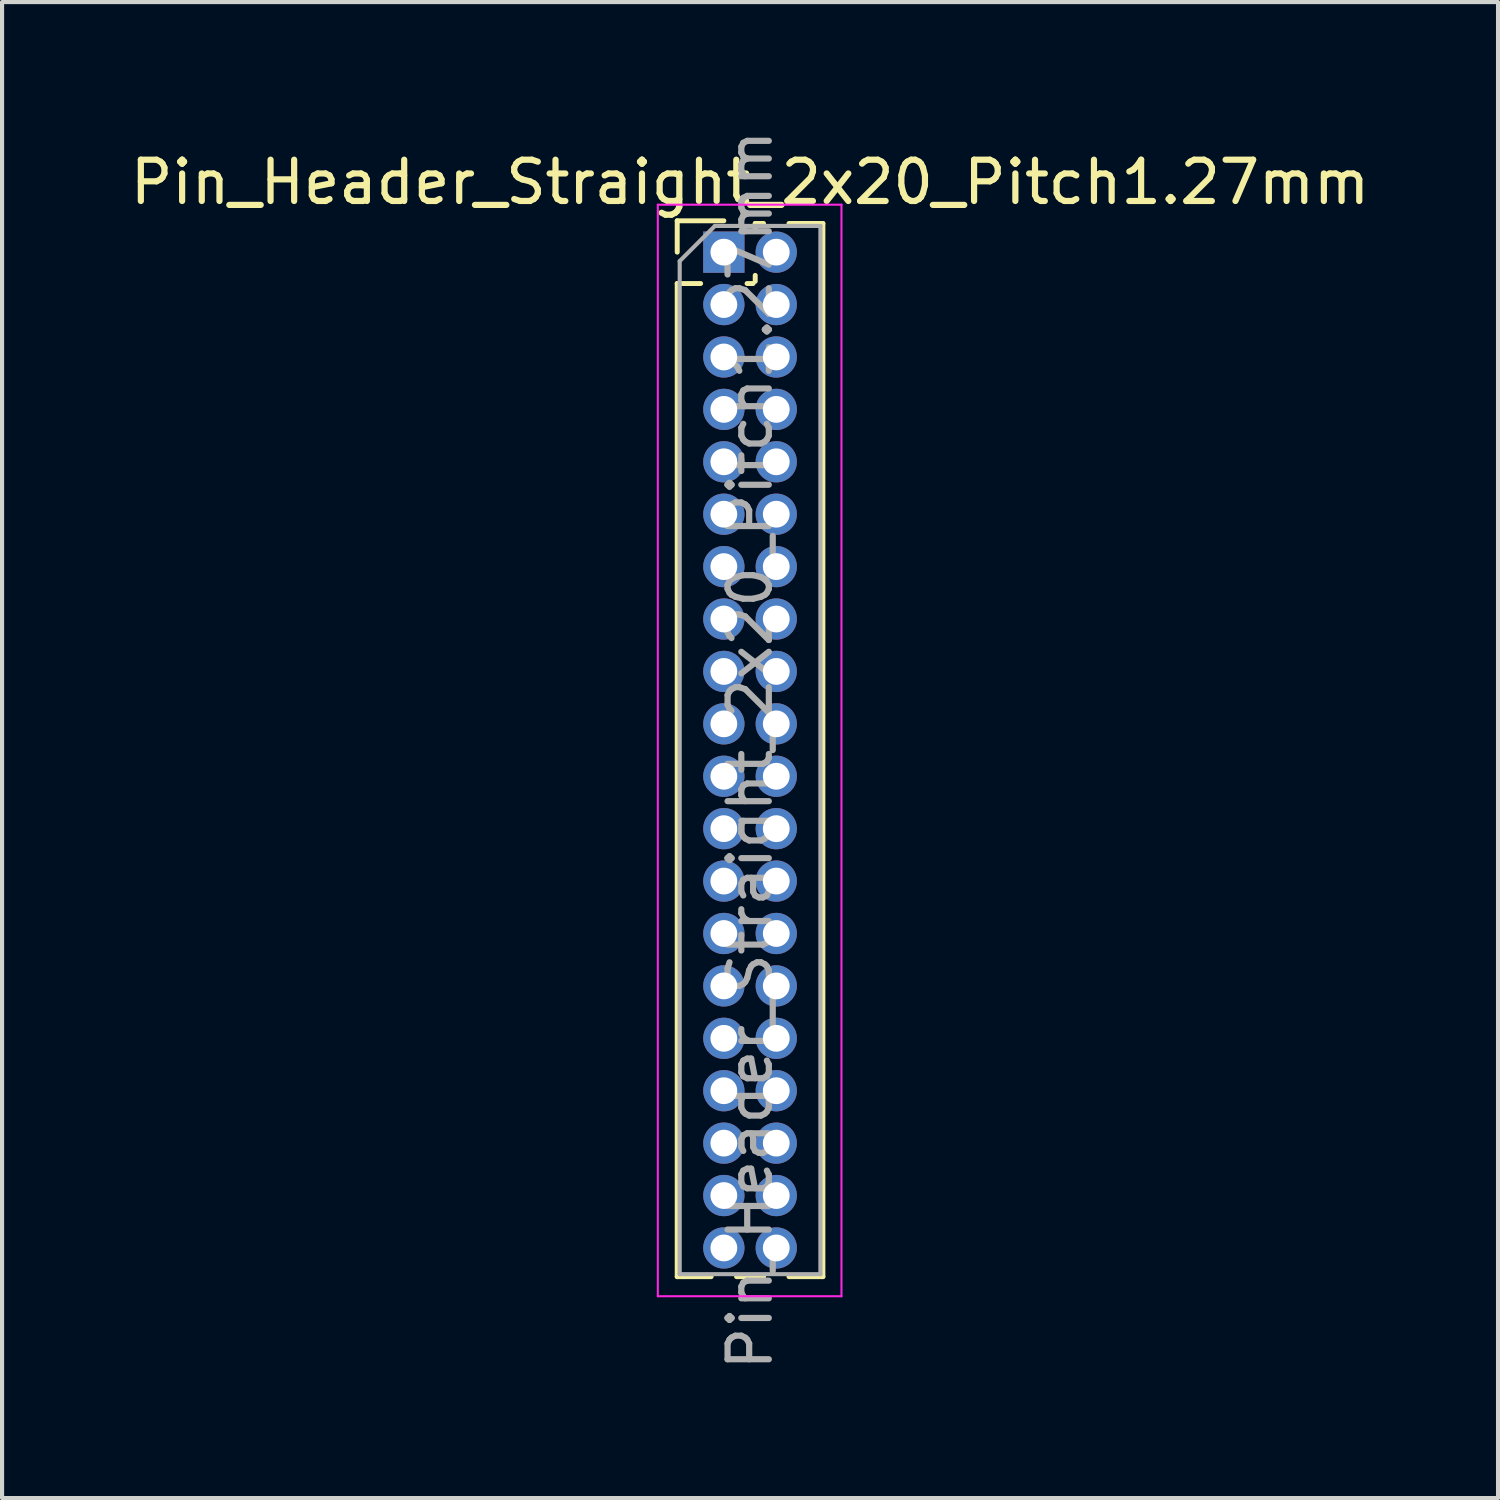
<source format=kicad_pcb>
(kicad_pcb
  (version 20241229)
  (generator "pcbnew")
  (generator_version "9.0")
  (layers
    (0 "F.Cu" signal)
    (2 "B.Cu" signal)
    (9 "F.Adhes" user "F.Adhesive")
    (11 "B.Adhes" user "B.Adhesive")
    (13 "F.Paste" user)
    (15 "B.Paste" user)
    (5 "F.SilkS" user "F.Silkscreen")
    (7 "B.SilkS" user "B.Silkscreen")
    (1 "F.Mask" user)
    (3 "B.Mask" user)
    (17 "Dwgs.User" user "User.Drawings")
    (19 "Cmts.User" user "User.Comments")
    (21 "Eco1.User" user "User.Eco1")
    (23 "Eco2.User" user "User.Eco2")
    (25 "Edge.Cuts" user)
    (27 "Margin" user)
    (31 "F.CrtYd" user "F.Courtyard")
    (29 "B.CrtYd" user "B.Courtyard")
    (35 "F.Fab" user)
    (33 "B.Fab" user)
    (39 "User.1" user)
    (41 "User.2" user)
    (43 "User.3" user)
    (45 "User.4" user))
  (footprint "Pin_Header_Straight_2x20_Pitch1.27mm"
    (layer "F.Cu")
    (at 14.49 3.06)
    (property "Reference" "Pin_Header_Straight_2x20_Pitch1.27mm" (at 0.635 -1.695 0) (layer "F.SilkS") (effects (font (size 1 1) (thickness 0.15))))
    (attr through_hole)
    (fp_line (start -1.13 -0.76) (end 0 -0.76) (stroke (width 0.12) (type solid)) (layer "F.SilkS"))
    (fp_line (start -1.13 0) (end -1.13 -0.76) (stroke (width 0.12) (type solid)) (layer "F.SilkS"))
    (fp_line (start -1.13 0.76) (end -1.13 24.825) (stroke (width 0.12) (type solid)) (layer "F.SilkS"))
    (fp_line (start -1.13 0.76) (end -0.563 0.76) (stroke (width 0.12) (type solid)) (layer "F.SilkS"))
    (fp_line (start -1.13 24.825) (end -0.308 24.825) (stroke (width 0.12) (type solid)) (layer "F.SilkS"))
    (fp_line (start 0.308 24.825) (end 0.962 24.825) (stroke (width 0.12) (type solid)) (layer "F.SilkS"))
    (fp_line (start 0.563 0.76) (end 0.707 0.76) (stroke (width 0.12) (type solid)) (layer "F.SilkS"))
    (fp_line (start 0.76 -0.695) (end 0.962 -0.695) (stroke (width 0.12) (type solid)) (layer "F.SilkS"))
    (fp_line (start 0.76 -0.563) (end 0.76 -0.695) (stroke (width 0.12) (type solid)) (layer "F.SilkS"))
    (fp_line (start 0.76 0.707) (end 0.76 0.563) (stroke (width 0.12) (type solid)) (layer "F.SilkS"))
    (fp_line (start 1.578 -0.695) (end 2.4 -0.695) (stroke (width 0.12) (type solid)) (layer "F.SilkS"))
    (fp_line (start 1.578 24.825) (end 2.4 24.825) (stroke (width 0.12) (type solid)) (layer "F.SilkS"))
    (fp_line (start 2.4 -0.695) (end 2.4 24.825) (stroke (width 0.12) (type solid)) (layer "F.SilkS"))
    (fp_line (start -1.6 -1.15) (end -1.6 25.3) (stroke (width 0.05) (type solid)) (layer "F.CrtYd"))
    (fp_line (start -1.6 25.3) (end 2.85 25.3) (stroke (width 0.05) (type solid)) (layer "F.CrtYd"))
    (fp_line (start 2.85 -1.15) (end -1.6 -1.15) (stroke (width 0.05) (type solid)) (layer "F.CrtYd"))
    (fp_line (start 2.85 25.3) (end 2.85 -1.15) (stroke (width 0.05) (type solid)) (layer "F.CrtYd"))
    (fp_line (start -1.07 0.217) (end -0.217 -0.635) (stroke (width 0.1) (type solid)) (layer "F.Fab"))
    (fp_line (start -1.07 24.765) (end -1.07 0.217) (stroke (width 0.1) (type solid)) (layer "F.Fab"))
    (fp_line (start -0.217 -0.635) (end 2.34 -0.635) (stroke (width 0.1) (type solid)) (layer "F.Fab"))
    (fp_line (start 2.34 -0.635) (end 2.34 24.765) (stroke (width 0.1) (type solid)) (layer "F.Fab"))
    (fp_line (start 2.34 24.765) (end -1.07 24.765) (stroke (width 0.1) (type solid)) (layer "F.Fab"))
    (fp_text user "${REFERENCE}" (at 0.635 12.065 90) (layer "F.Fab") (effects (font (size 1 1) (thickness 0.15))))
    (pad "1" thru_hole rect (at 0 0) (size 1 1) (drill 0.65) (layers "*.Cu" "*.Mask"))
    (pad "2" thru_hole oval (at 1.27 0) (size 1 1) (drill 0.65) (layers "*.Cu" "*.Mask"))
    (pad "3" thru_hole oval (at 0 1.27) (size 1 1) (drill 0.65) (layers "*.Cu" "*.Mask"))
    (pad "4" thru_hole oval (at 1.27 1.27) (size 1 1) (drill 0.65) (layers "*.Cu" "*.Mask"))
    (pad "5" thru_hole oval (at 0 2.54) (size 1 1) (drill 0.65) (layers "*.Cu" "*.Mask"))
    (pad "6" thru_hole oval (at 1.27 2.54) (size 1 1) (drill 0.65) (layers "*.Cu" "*.Mask"))
    (pad "7" thru_hole oval (at 0 3.81) (size 1 1) (drill 0.65) (layers "*.Cu" "*.Mask"))
    (pad "8" thru_hole oval (at 1.27 3.81) (size 1 1) (drill 0.65) (layers "*.Cu" "*.Mask"))
    (pad "9" thru_hole oval (at 0 5.08) (size 1 1) (drill 0.65) (layers "*.Cu" "*.Mask"))
    (pad "10" thru_hole oval (at 1.27 5.08) (size 1 1) (drill 0.65) (layers "*.Cu" "*.Mask"))
    (pad "11" thru_hole oval (at 0 6.35) (size 1 1) (drill 0.65) (layers "*.Cu" "*.Mask"))
    (pad "12" thru_hole oval (at 1.27 6.35) (size 1 1) (drill 0.65) (layers "*.Cu" "*.Mask"))
    (pad "13" thru_hole oval (at 0 7.62) (size 1 1) (drill 0.65) (layers "*.Cu" "*.Mask"))
    (pad "14" thru_hole oval (at 1.27 7.62) (size 1 1) (drill 0.65) (layers "*.Cu" "*.Mask"))
    (pad "15" thru_hole oval (at 0 8.89) (size 1 1) (drill 0.65) (layers "*.Cu" "*.Mask"))
    (pad "16" thru_hole oval (at 1.27 8.89) (size 1 1) (drill 0.65) (layers "*.Cu" "*.Mask"))
    (pad "17" thru_hole oval (at 0 10.16) (size 1 1) (drill 0.65) (layers "*.Cu" "*.Mask"))
    (pad "18" thru_hole oval (at 1.27 10.16) (size 1 1) (drill 0.65) (layers "*.Cu" "*.Mask"))
    (pad "19" thru_hole oval (at 0 11.43) (size 1 1) (drill 0.65) (layers "*.Cu" "*.Mask"))
    (pad "20" thru_hole oval (at 1.27 11.43) (size 1 1) (drill 0.65) (layers "*.Cu" "*.Mask"))
    (pad "21" thru_hole oval (at 0 12.7) (size 1 1) (drill 0.65) (layers "*.Cu" "*.Mask"))
    (pad "22" thru_hole oval (at 1.27 12.7) (size 1 1) (drill 0.65) (layers "*.Cu" "*.Mask"))
    (pad "23" thru_hole oval (at 0 13.97) (size 1 1) (drill 0.65) (layers "*.Cu" "*.Mask"))
    (pad "24" thru_hole oval (at 1.27 13.97) (size 1 1) (drill 0.65) (layers "*.Cu" "*.Mask"))
    (pad "25" thru_hole oval (at 0 15.24) (size 1 1) (drill 0.65) (layers "*.Cu" "*.Mask"))
    (pad "26" thru_hole oval (at 1.27 15.24) (size 1 1) (drill 0.65) (layers "*.Cu" "*.Mask"))
    (pad "27" thru_hole oval (at 0 16.51) (size 1 1) (drill 0.65) (layers "*.Cu" "*.Mask"))
    (pad "28" thru_hole oval (at 1.27 16.51) (size 1 1) (drill 0.65) (layers "*.Cu" "*.Mask"))
    (pad "29" thru_hole oval (at 0 17.78) (size 1 1) (drill 0.65) (layers "*.Cu" "*.Mask"))
    (pad "30" thru_hole oval (at 1.27 17.78) (size 1 1) (drill 0.65) (layers "*.Cu" "*.Mask"))
    (pad "31" thru_hole oval (at 0 19.05) (size 1 1) (drill 0.65) (layers "*.Cu" "*.Mask"))
    (pad "32" thru_hole oval (at 1.27 19.05) (size 1 1) (drill 0.65) (layers "*.Cu" "*.Mask"))
    (pad "33" thru_hole oval (at 0 20.32) (size 1 1) (drill 0.65) (layers "*.Cu" "*.Mask"))
    (pad "34" thru_hole oval (at 1.27 20.32) (size 1 1) (drill 0.65) (layers "*.Cu" "*.Mask"))
    (pad "35" thru_hole oval (at 0 21.59) (size 1 1) (drill 0.65) (layers "*.Cu" "*.Mask"))
    (pad "36" thru_hole oval (at 1.27 21.59) (size 1 1) (drill 0.65) (layers "*.Cu" "*.Mask"))
    (pad "37" thru_hole oval (at 0 22.86) (size 1 1) (drill 0.65) (layers "*.Cu" "*.Mask"))
    (pad "38" thru_hole oval (at 1.27 22.86) (size 1 1) (drill 0.65) (layers "*.Cu" "*.Mask"))
    (pad "39" thru_hole oval (at 0 24.13) (size 1 1) (drill 0.65) (layers "*.Cu" "*.Mask"))
    (pad "40" thru_hole oval (at 1.27 24.13) (size 1 1) (drill 0.65) (layers "*.Cu" "*.Mask")))
  (gr_rect
    (start -3 -3)
    (end 33.25 33.25)
    (stroke (width 0.1) (type default))
    (fill no)
    (layer "Edge.Cuts")))
</source>
